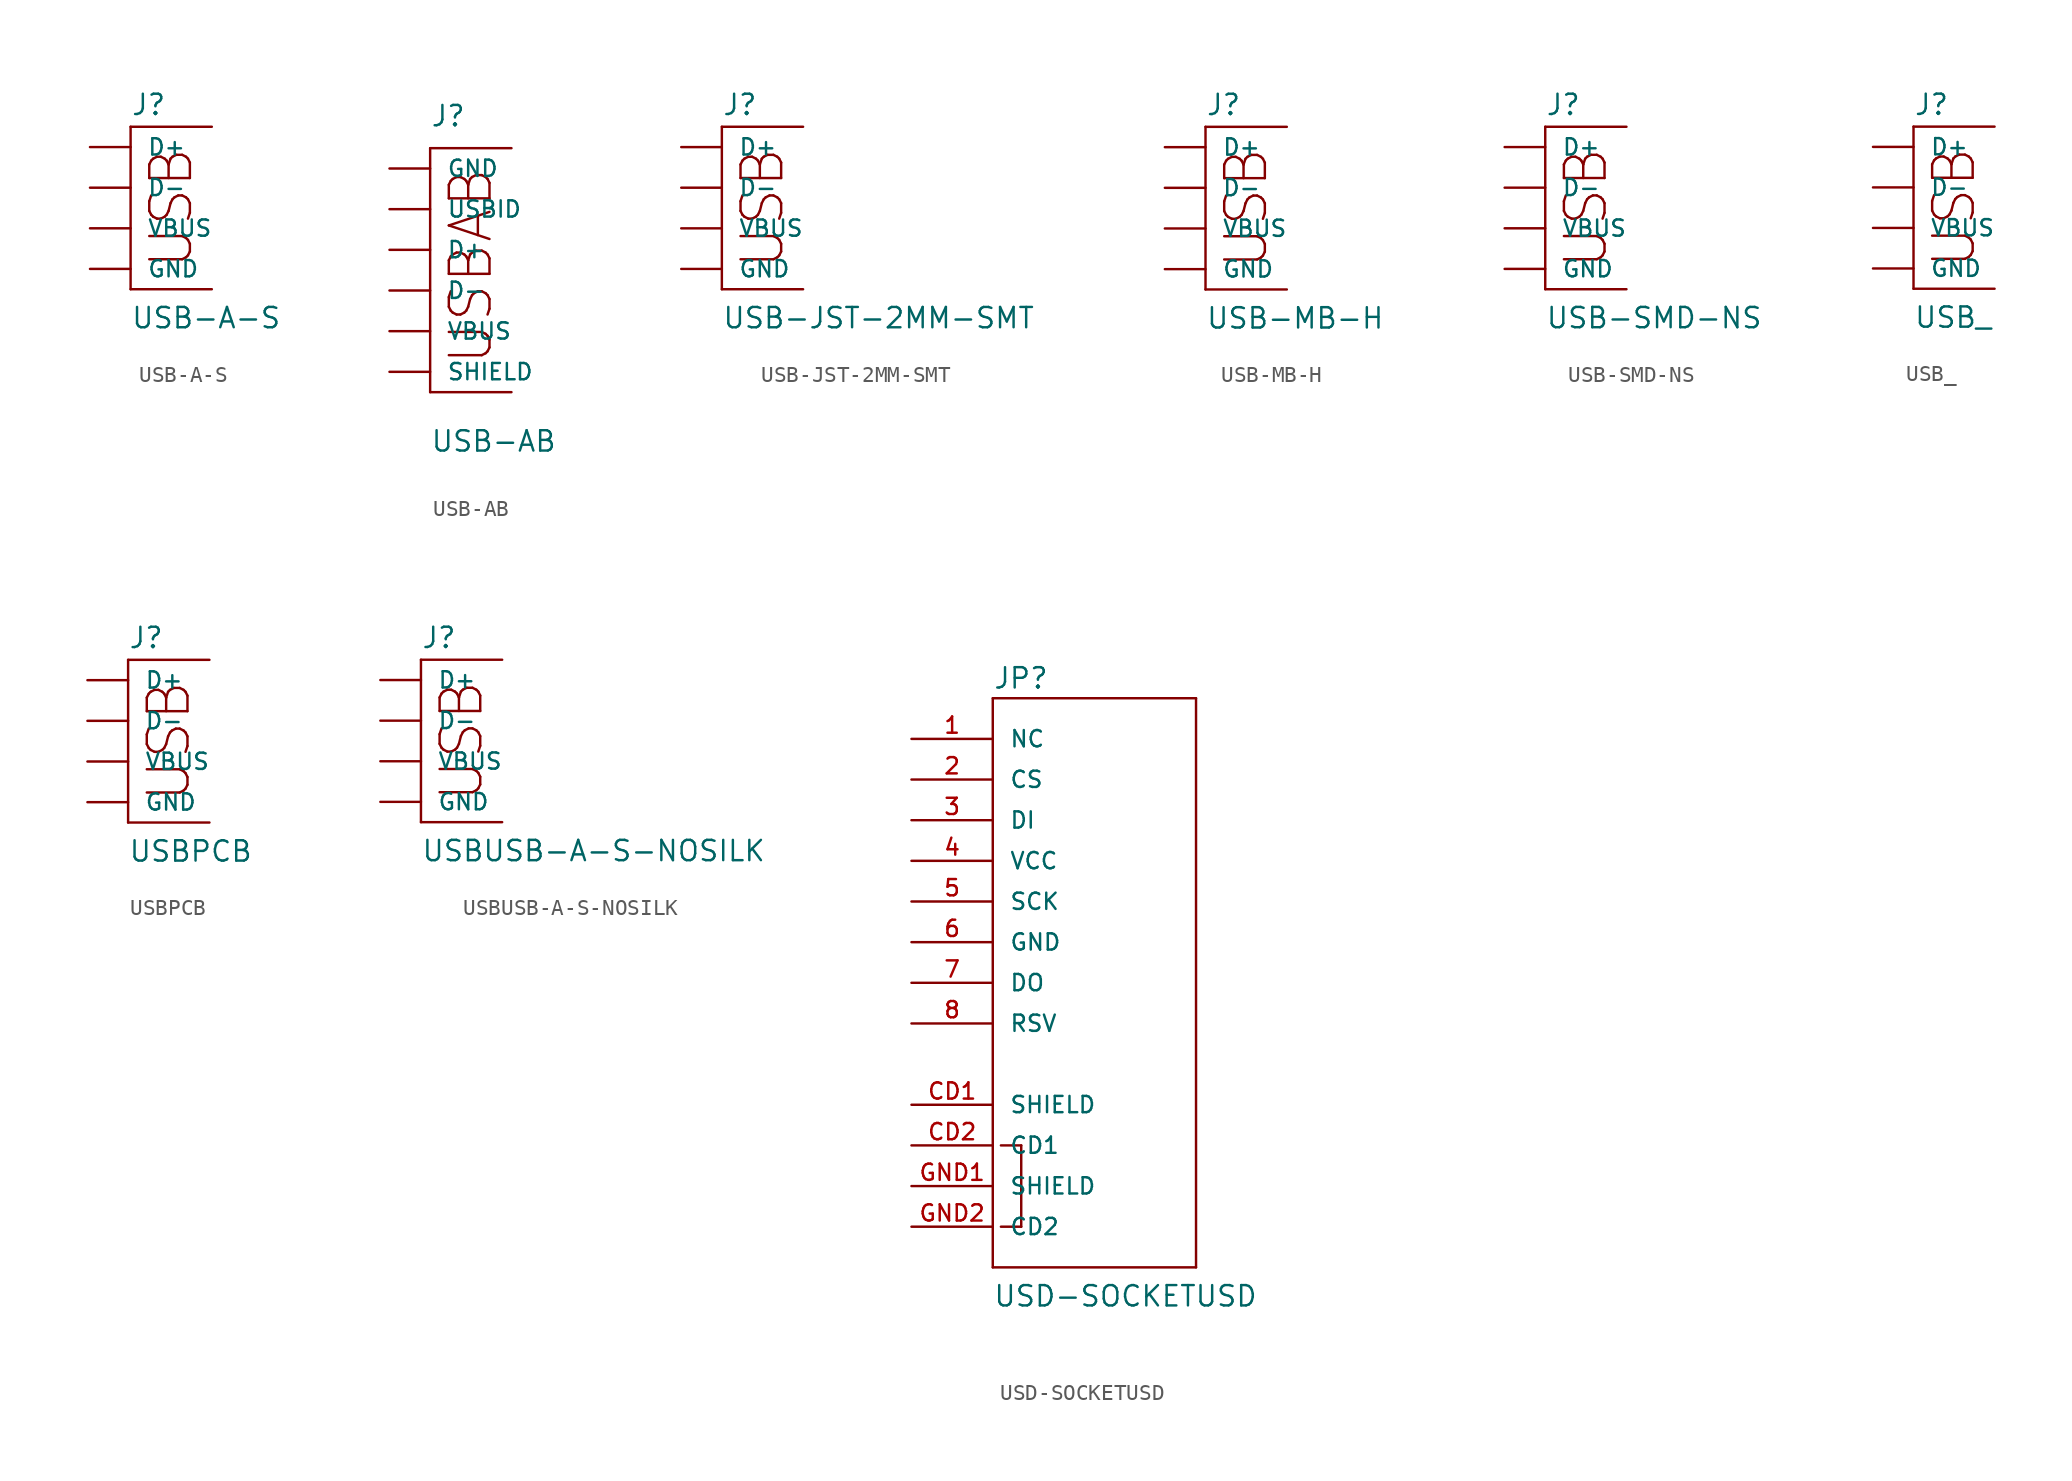
<source format=kicad_sym>
(kicad_symbol_lib
  (version 20211014)
  (generator kicad_symbol_editor)
  (symbol "USB-A-S"
    (pin_numbers hide)
    (pin_names
      (offset 1.016))
    (property "Reference" "J"
      (at 0 9.525 0)
      (effects (font (size 1.27 1.27)) (justify left bottom)))
    (property "Value" "USB-A-S"
      (at 0 -3.81 0)
      (effects (font (size 1.27 1.27)) (justify left bottom)))
    (property "Datasheet" ""
      (at 0 0 0)
      (effects (font (size 1.524 1.524))))
    (property "ki_locked" ""
      (at 0 0 0)
      (effects (font (size 1.27 1.27))))
    (symbol "USB-A-S_1_0"
      (polyline (pts (xy 0 -1.27) (xy 5.08 -1.27)) (stroke (width 0) (type default) (color 0 0 0 0)) (fill (type none)))
      (polyline (pts (xy 0 8.89) (xy 0 -1.27)) (stroke (width 0) (type default) (color 0 0 0 0)) (fill (type none)))
      (polyline (pts (xy 5.08 8.89) (xy 0 8.89)) (stroke (width 0) (type default) (color 0 0 0 0)) (fill (type none)))
      (text "USB" (at 2.54 3.81 900) (effects (font (size 2.54 2.54)))))
    (symbol "USB-A-S_1_1"
      (pin bidirectional line (at -2.54 7.62 0) (length 2.54) (name "D+" (effects (font (size 1.016 1.016)))) (number "D+" (effects (font (size 1.016 1.016)))))
      (pin bidirectional line (at -2.54 5.08 0) (length 2.54) (name "D-" (effects (font (size 1.016 1.016)))) (number "D-" (effects (font (size 1.016 1.016)))))
      (pin bidirectional line (at -2.54 0 0) (length 2.54) (name "GND" (effects (font (size 1.016 1.016)))) (number "GND" (effects (font (size 1.016 1.016)))))
      (pin bidirectional line (at -2.54 2.54 0) (length 2.54) (name "VBUS" (effects (font (size 1.016 1.016)))) (number "VBUS" (effects (font (size 1.016 1.016)))))))
  (symbol "USB-AB"
    (pin_numbers hide)
    (pin_names
      (offset 1.016))
    (property "Reference" "J"
      (at -2.54 7.62 0)
      (effects (font (size 1.27 1.27)) (justify left bottom)))
    (property "Value" "USB-AB"
      (at -2.54 -12.7 0)
      (effects (font (size 1.27 1.27)) (justify left bottom)))
    (property "Datasheet" ""
      (at 0 0 0)
      (effects (font (size 1.524 1.524))))
    (property "ki_locked" ""
      (at 0 0 0)
      (effects (font (size 1.27 1.27))))
    (symbol "USB-AB_1_0"
      (polyline (pts (xy -2.54 -8.89) (xy 2.54 -8.89)) (stroke (width 0) (type default) (color 0 0 0 0)) (fill (type none)))
      (polyline (pts (xy -2.54 6.35) (xy -2.54 -8.89)) (stroke (width 0) (type default) (color 0 0 0 0)) (fill (type none)))
      (polyline (pts (xy 2.54 6.35) (xy -2.54 6.35)) (stroke (width 0) (type default) (color 0 0 0 0)) (fill (type none)))
      (text "USBAB" (at 0 -1.016 900) (effects (font (size 2.54 2.54)))))
    (symbol "USB-AB_1_1"
      (pin bidirectional line (at -5.08 0 0) (length 2.54) (name "D+" (effects (font (size 1.016 1.016)))) (number "D+" (effects (font (size 1.016 1.016)))))
      (pin bidirectional line (at -5.08 -2.54 0) (length 2.54) (name "D-" (effects (font (size 1.016 1.016)))) (number "D-" (effects (font (size 1.016 1.016)))))
      (pin bidirectional line (at -5.08 5.08 0) (length 2.54) (name "GND" (effects (font (size 1.016 1.016)))) (number "GND" (effects (font (size 1.016 1.016)))))
      (pin bidirectional line (at -5.08 2.54 0) (length 2.54) (name "USBID" (effects (font (size 1.016 1.016)))) (number "ID" (effects (font (size 1.016 1.016)))))
      (pin bidirectional line (at -5.08 -7.62 0) (length 2.54) (name "SHIELD" (effects (font (size 1.016 1.016)))) (number "SHIE" (effects (font (size 1.016 1.016)))))
      (pin bidirectional line (at -5.08 -7.62 0) (length 2.54) hide (name "SHIELD" (effects (font (size 1.016 1.016)))) (number "SHIE" (effects (font (size 1.016 1.016)))))
      (pin bidirectional line (at -5.08 -7.62 0) (length 2.54) hide (name "SHIELD" (effects (font (size 1.016 1.016)))) (number "SHIE" (effects (font (size 1.016 1.016)))))
      (pin bidirectional line (at -5.08 -7.62 0) (length 2.54) hide (name "SHIELD" (effects (font (size 1.016 1.016)))) (number "SHIE" (effects (font (size 1.016 1.016)))))
      (pin bidirectional line (at -5.08 -5.08 0) (length 2.54) (name "VBUS" (effects (font (size 1.016 1.016)))) (number "VBUS" (effects (font (size 1.016 1.016)))))))
  (symbol "USB-JST-2MM-SMT"
    (pin_numbers hide)
    (pin_names
      (offset 1.016))
    (property "Reference" "J"
      (at 0 9.525 0)
      (effects (font (size 1.27 1.27)) (justify left bottom)))
    (property "Value" "USB-JST-2MM-SMT"
      (at 0 -3.81 0)
      (effects (font (size 1.27 1.27)) (justify left bottom)))
    (property "Datasheet" ""
      (at 0 0 0)
      (effects (font (size 1.524 1.524))))
    (property "ki_locked" ""
      (at 0 0 0)
      (effects (font (size 1.27 1.27))))
    (symbol "USB-JST-2MM-SMT_1_0"
      (polyline (pts (xy 0 -1.27) (xy 5.08 -1.27)) (stroke (width 0) (type default) (color 0 0 0 0)) (fill (type none)))
      (polyline (pts (xy 0 8.89) (xy 0 -1.27)) (stroke (width 0) (type default) (color 0 0 0 0)) (fill (type none)))
      (polyline (pts (xy 5.08 8.89) (xy 0 8.89)) (stroke (width 0) (type default) (color 0 0 0 0)) (fill (type none)))
      (text "USB" (at 2.54 3.81 900) (effects (font (size 2.54 2.54)))))
    (symbol "USB-JST-2MM-SMT_1_1"
      (pin bidirectional line (at -2.54 0 0) (length 2.54) (name "GND" (effects (font (size 1.016 1.016)))) (number "1" (effects (font (size 1.016 1.016)))))
      (pin bidirectional line (at -2.54 7.62 0) (length 2.54) (name "D+" (effects (font (size 1.016 1.016)))) (number "2" (effects (font (size 1.016 1.016)))))
      (pin bidirectional line (at -2.54 5.08 0) (length 2.54) (name "D-" (effects (font (size 1.016 1.016)))) (number "3" (effects (font (size 1.016 1.016)))))
      (pin bidirectional line (at -2.54 2.54 0) (length 2.54) (name "VBUS" (effects (font (size 1.016 1.016)))) (number "4" (effects (font (size 1.016 1.016)))))))
  (symbol "USB-MB-H"
    (pin_numbers hide)
    (pin_names
      (offset 1.016))
    (property "Reference" "J"
      (at 0 9.525 0)
      (effects (font (size 1.27 1.27)) (justify left bottom)))
    (property "Value" "USB-MB-H"
      (at 0 -3.81 0)
      (effects (font (size 1.27 1.27)) (justify left bottom)))
    (property "Datasheet" ""
      (at 0 0 0)
      (effects (font (size 1.524 1.524))))
    (property "ki_locked" ""
      (at 0 0 0)
      (effects (font (size 1.27 1.27))))
    (symbol "USB-MB-H_1_0"
      (polyline (pts (xy 0 -1.27) (xy 5.08 -1.27)) (stroke (width 0) (type default) (color 0 0 0 0)) (fill (type none)))
      (polyline (pts (xy 0 8.89) (xy 0 -1.27)) (stroke (width 0) (type default) (color 0 0 0 0)) (fill (type none)))
      (polyline (pts (xy 5.08 8.89) (xy 0 8.89)) (stroke (width 0) (type default) (color 0 0 0 0)) (fill (type none)))
      (text "USB" (at 2.54 3.81 900) (effects (font (size 2.54 2.54)))))
    (symbol "USB-MB-H_1_1"
      (pin bidirectional line (at -2.54 7.62 0) (length 2.54) (name "D+" (effects (font (size 1.016 1.016)))) (number "D+" (effects (font (size 1.016 1.016)))))
      (pin bidirectional line (at -2.54 5.08 0) (length 2.54) (name "D-" (effects (font (size 1.016 1.016)))) (number "D-" (effects (font (size 1.016 1.016)))))
      (pin bidirectional line (at -2.54 0 0) (length 2.54) (name "GND" (effects (font (size 1.016 1.016)))) (number "GND" (effects (font (size 1.016 1.016)))))
      (pin bidirectional line (at -2.54 2.54 0) (length 2.54) (name "VBUS" (effects (font (size 1.016 1.016)))) (number "VBUS" (effects (font (size 1.016 1.016)))))))
  (symbol "USB-SMD-NS"
    (pin_numbers hide)
    (pin_names
      (offset 1.016))
    (property "Reference" "J"
      (at 0 9.525 0)
      (effects (font (size 1.27 1.27)) (justify left bottom)))
    (property "Value" "USB-SMD-NS"
      (at 0 -3.81 0)
      (effects (font (size 1.27 1.27)) (justify left bottom)))
    (property "Datasheet" ""
      (at 0 0 0)
      (effects (font (size 1.524 1.524))))
    (property "ki_locked" ""
      (at 0 0 0)
      (effects (font (size 1.27 1.27))))
    (symbol "USB-SMD-NS_1_0"
      (polyline (pts (xy 0 -1.27) (xy 5.08 -1.27)) (stroke (width 0) (type default) (color 0 0 0 0)) (fill (type none)))
      (polyline (pts (xy 0 8.89) (xy 0 -1.27)) (stroke (width 0) (type default) (color 0 0 0 0)) (fill (type none)))
      (polyline (pts (xy 5.08 8.89) (xy 0 8.89)) (stroke (width 0) (type default) (color 0 0 0 0)) (fill (type none)))
      (text "USB" (at 2.54 3.81 900) (effects (font (size 2.54 2.54)))))
    (symbol "USB-SMD-NS_1_1"
      (pin bidirectional line (at -2.54 7.62 0) (length 2.54) (name "D+" (effects (font (size 1.016 1.016)))) (number "D+" (effects (font (size 1.016 1.016)))))
      (pin bidirectional line (at -2.54 5.08 0) (length 2.54) (name "D-" (effects (font (size 1.016 1.016)))) (number "D-" (effects (font (size 1.016 1.016)))))
      (pin bidirectional line (at -2.54 0 0) (length 2.54) (name "GND" (effects (font (size 1.016 1.016)))) (number "GND" (effects (font (size 1.016 1.016)))))
      (pin bidirectional line (at -2.54 2.54 0) (length 2.54) (name "VBUS" (effects (font (size 1.016 1.016)))) (number "VBUS" (effects (font (size 1.016 1.016)))))))
  (symbol "USB_"
    (pin_numbers hide)
    (pin_names
      (offset 1.016))
    (property "Reference" "J"
      (at 0 9.525 0)
      (effects (font (size 1.27 1.27)) (justify left bottom)))
    (property "Value" "USB_"
      (at 0 -3.81 0)
      (effects (font (size 1.27 1.27)) (justify left bottom)))
    (property "Datasheet" ""
      (at 0 0 0)
      (effects (font (size 1.524 1.524))))
    (property "ki_locked" ""
      (at 0 0 0)
      (effects (font (size 1.27 1.27))))
    (symbol "USB__1_0"
      (polyline (pts (xy 0 -1.27) (xy 5.08 -1.27)) (stroke (width 0) (type default) (color 0 0 0 0)) (fill (type none)))
      (polyline (pts (xy 0 8.89) (xy 0 -1.27)) (stroke (width 0) (type default) (color 0 0 0 0)) (fill (type none)))
      (polyline (pts (xy 5.08 8.89) (xy 0 8.89)) (stroke (width 0) (type default) (color 0 0 0 0)) (fill (type none)))
      (text "USB" (at 2.54 3.81 900) (effects (font (size 2.54 2.54)))))
    (symbol "USB__1_1"
      (pin bidirectional line (at -2.54 7.62 0) (length 2.54) (name "D+" (effects (font (size 1.016 1.016)))) (number "D+" (effects (font (size 1.016 1.016)))))
      (pin bidirectional line (at -2.54 5.08 0) (length 2.54) (name "D-" (effects (font (size 1.016 1.016)))) (number "D-" (effects (font (size 1.016 1.016)))))
      (pin bidirectional line (at -2.54 0 0) (length 2.54) (name "GND" (effects (font (size 1.016 1.016)))) (number "GND" (effects (font (size 1.016 1.016)))))
      (pin bidirectional line (at -2.54 2.54 0) (length 2.54) (name "VBUS" (effects (font (size 1.016 1.016)))) (number "VBUS" (effects (font (size 1.016 1.016)))))))
  (symbol "USBPCB"
    (pin_numbers hide)
    (pin_names
      (offset 1.016))
    (property "Reference" "J"
      (at 0 9.525 0)
      (effects (font (size 1.27 1.27)) (justify left bottom)))
    (property "Value" "USBPCB"
      (at 0 -3.81 0)
      (effects (font (size 1.27 1.27)) (justify left bottom)))
    (property "Datasheet" ""
      (at 0 0 0)
      (effects (font (size 1.524 1.524))))
    (property "ki_locked" ""
      (at 0 0 0)
      (effects (font (size 1.27 1.27))))
    (symbol "USBPCB_1_0"
      (polyline (pts (xy 0 -1.27) (xy 5.08 -1.27)) (stroke (width 0) (type default) (color 0 0 0 0)) (fill (type none)))
      (polyline (pts (xy 0 8.89) (xy 0 -1.27)) (stroke (width 0) (type default) (color 0 0 0 0)) (fill (type none)))
      (polyline (pts (xy 5.08 8.89) (xy 0 8.89)) (stroke (width 0) (type default) (color 0 0 0 0)) (fill (type none)))
      (text "USB" (at 2.54 3.81 900) (effects (font (size 2.54 2.54)))))
    (symbol "USBPCB_1_1"
      (pin bidirectional line (at -2.54 2.54 0) (length 2.54) (name "VBUS" (effects (font (size 1.016 1.016)))) (number "5V" (effects (font (size 1.016 1.016)))))
      (pin bidirectional line (at -2.54 0 0) (length 2.54) (name "GND" (effects (font (size 1.016 1.016)))) (number "GND" (effects (font (size 1.016 1.016)))))
      (pin bidirectional line (at -2.54 7.62 0) (length 2.54) (name "D+" (effects (font (size 1.016 1.016)))) (number "USB_" (effects (font (size 1.016 1.016)))))
      (pin bidirectional line (at -2.54 5.08 0) (length 2.54) (name "D-" (effects (font (size 1.016 1.016)))) (number "USB_" (effects (font (size 1.016 1.016)))))))
  (symbol "USBUSB-A-S-NOSILK"
    (pin_numbers hide)
    (pin_names
      (offset 1.016))
    (property "Reference" "J"
      (at 0 9.525 0)
      (effects (font (size 1.27 1.27)) (justify left bottom)))
    (property "Value" "USBUSB-A-S-NOSILK"
      (at 0 -3.81 0)
      (effects (font (size 1.27 1.27)) (justify left bottom)))
    (property "Datasheet" ""
      (at 0 0 0)
      (effects (font (size 1.524 1.524))))
    (property "ki_locked" ""
      (at 0 0 0)
      (effects (font (size 1.27 1.27))))
    (symbol "USBUSB-A-S-NOSILK_1_0"
      (polyline (pts (xy 0 -1.27) (xy 5.08 -1.27)) (stroke (width 0) (type default) (color 0 0 0 0)) (fill (type none)))
      (polyline (pts (xy 0 8.89) (xy 0 -1.27)) (stroke (width 0) (type default) (color 0 0 0 0)) (fill (type none)))
      (polyline (pts (xy 5.08 8.89) (xy 0 8.89)) (stroke (width 0) (type default) (color 0 0 0 0)) (fill (type none)))
      (text "USB" (at 2.54 3.81 900) (effects (font (size 2.54 2.54)))))
    (symbol "USBUSB-A-S-NOSILK_1_1"
      (pin bidirectional line (at -2.54 7.62 0) (length 2.54) (name "D+" (effects (font (size 1.016 1.016)))) (number "D+" (effects (font (size 1.016 1.016)))))
      (pin bidirectional line (at -2.54 5.08 0) (length 2.54) (name "D-" (effects (font (size 1.016 1.016)))) (number "D-" (effects (font (size 1.016 1.016)))))
      (pin bidirectional line (at -2.54 0 0) (length 2.54) (name "GND" (effects (font (size 1.016 1.016)))) (number "GND" (effects (font (size 1.016 1.016)))))
      (pin bidirectional line (at -2.54 2.54 0) (length 2.54) (name "VBUS" (effects (font (size 1.016 1.016)))) (number "VBUS" (effects (font (size 1.016 1.016)))))))
  (symbol "USD-SOCKETUSD"
    (pin_names
      (offset 1.016))
    (property "Reference" "JP"
      (at -2.54 15.748 0)
      (effects (font (size 1.27 1.27)) (justify left bottom)))
    (property "Value" "USD-SOCKETUSD"
      (at -2.54 -22.86 0)
      (effects (font (size 1.27 1.27)) (justify left bottom)))
    (property "Datasheet" ""
      (at 0 0 0)
      (effects (font (size 1.524 1.524))))
    (property "ki_locked" ""
      (at 0 0 0)
      (effects (font (size 1.27 1.27))))
    (symbol "USD-SOCKETUSD_1_0"
      (polyline (pts (xy -2.54 -20.32) (xy -2.54 15.24)) (stroke (width 0) (type default) (color 0 0 0 0)) (fill (type none)))
      (polyline (pts (xy -2.54 15.24) (xy 10.16 15.24)) (stroke (width 0) (type default) (color 0 0 0 0)) (fill (type none)))
      (polyline (pts (xy -0.762 -17.78) (xy -2.032 -17.78)) (stroke (width 0) (type default) (color 0 0 0 0)) (fill (type none)))
      (polyline (pts (xy -0.762 -12.7) (xy -2.032 -12.7)) (stroke (width 0) (type default) (color 0 0 0 0)) (fill (type none)))
      (polyline (pts (xy -0.762 -12.7) (xy -0.762 -17.78)) (stroke (width 0) (type default) (color 0 0 0 0)) (fill (type none)))
      (polyline (pts (xy 10.16 -20.32) (xy -2.54 -20.32)) (stroke (width 0) (type default) (color 0 0 0 0)) (fill (type none)))
      (polyline (pts (xy 10.16 15.24) (xy 10.16 -20.32)) (stroke (width 0) (type default) (color 0 0 0 0)) (fill (type none))))
    (symbol "USD-SOCKETUSD_1_1"
      (pin bidirectional line (at -7.62 12.7 0) (length 5.08) (name "NC" (effects (font (size 1.016 1.016)))) (number "1" (effects (font (size 1.016 1.016)))))
      (pin bidirectional line (at -7.62 10.16 0) (length 5.08) (name "CS" (effects (font (size 1.016 1.016)))) (number "2" (effects (font (size 1.016 1.016)))))
      (pin bidirectional line (at -7.62 7.62 0) (length 5.08) (name "DI" (effects (font (size 1.016 1.016)))) (number "3" (effects (font (size 1.016 1.016)))))
      (pin bidirectional line (at -7.62 5.08 0) (length 5.08) (name "VCC" (effects (font (size 1.016 1.016)))) (number "4" (effects (font (size 1.016 1.016)))))
      (pin bidirectional line (at -7.62 2.54 0) (length 5.08) (name "SCK" (effects (font (size 1.016 1.016)))) (number "5" (effects (font (size 1.016 1.016)))))
      (pin bidirectional line (at -7.62 0 0) (length 5.08) (name "GND" (effects (font (size 1.016 1.016)))) (number "6" (effects (font (size 1.016 1.016)))))
      (pin bidirectional line (at -7.62 -2.54 0) (length 5.08) (name "DO" (effects (font (size 1.016 1.016)))) (number "7" (effects (font (size 1.016 1.016)))))
      (pin bidirectional line (at -7.62 -5.08 0) (length 5.08) (name "RSV" (effects (font (size 1.016 1.016)))) (number "8" (effects (font (size 1.016 1.016)))))
      (pin bidirectional line (at -7.62 -10.16 0) (length 5.08) (name "SHIELD" (effects (font (size 1.016 1.016)))) (number "CD1" (effects (font (size 1.016 1.016)))))
      (pin bidirectional line (at -7.62 -12.7 0) (length 5.08) (name "CD1" (effects (font (size 1.016 1.016)))) (number "CD2" (effects (font (size 1.016 1.016)))))
      (pin bidirectional line (at -7.62 -15.24 0) (length 5.08) (name "SHIELD" (effects (font (size 1.016 1.016)))) (number "GND1" (effects (font (size 1.016 1.016)))))
      (pin bidirectional line (at -7.62 -17.78 0) (length 5.08) (name "CD2" (effects (font (size 1.016 1.016)))) (number "GND2" (effects (font (size 1.016 1.016))))))))
</source>
